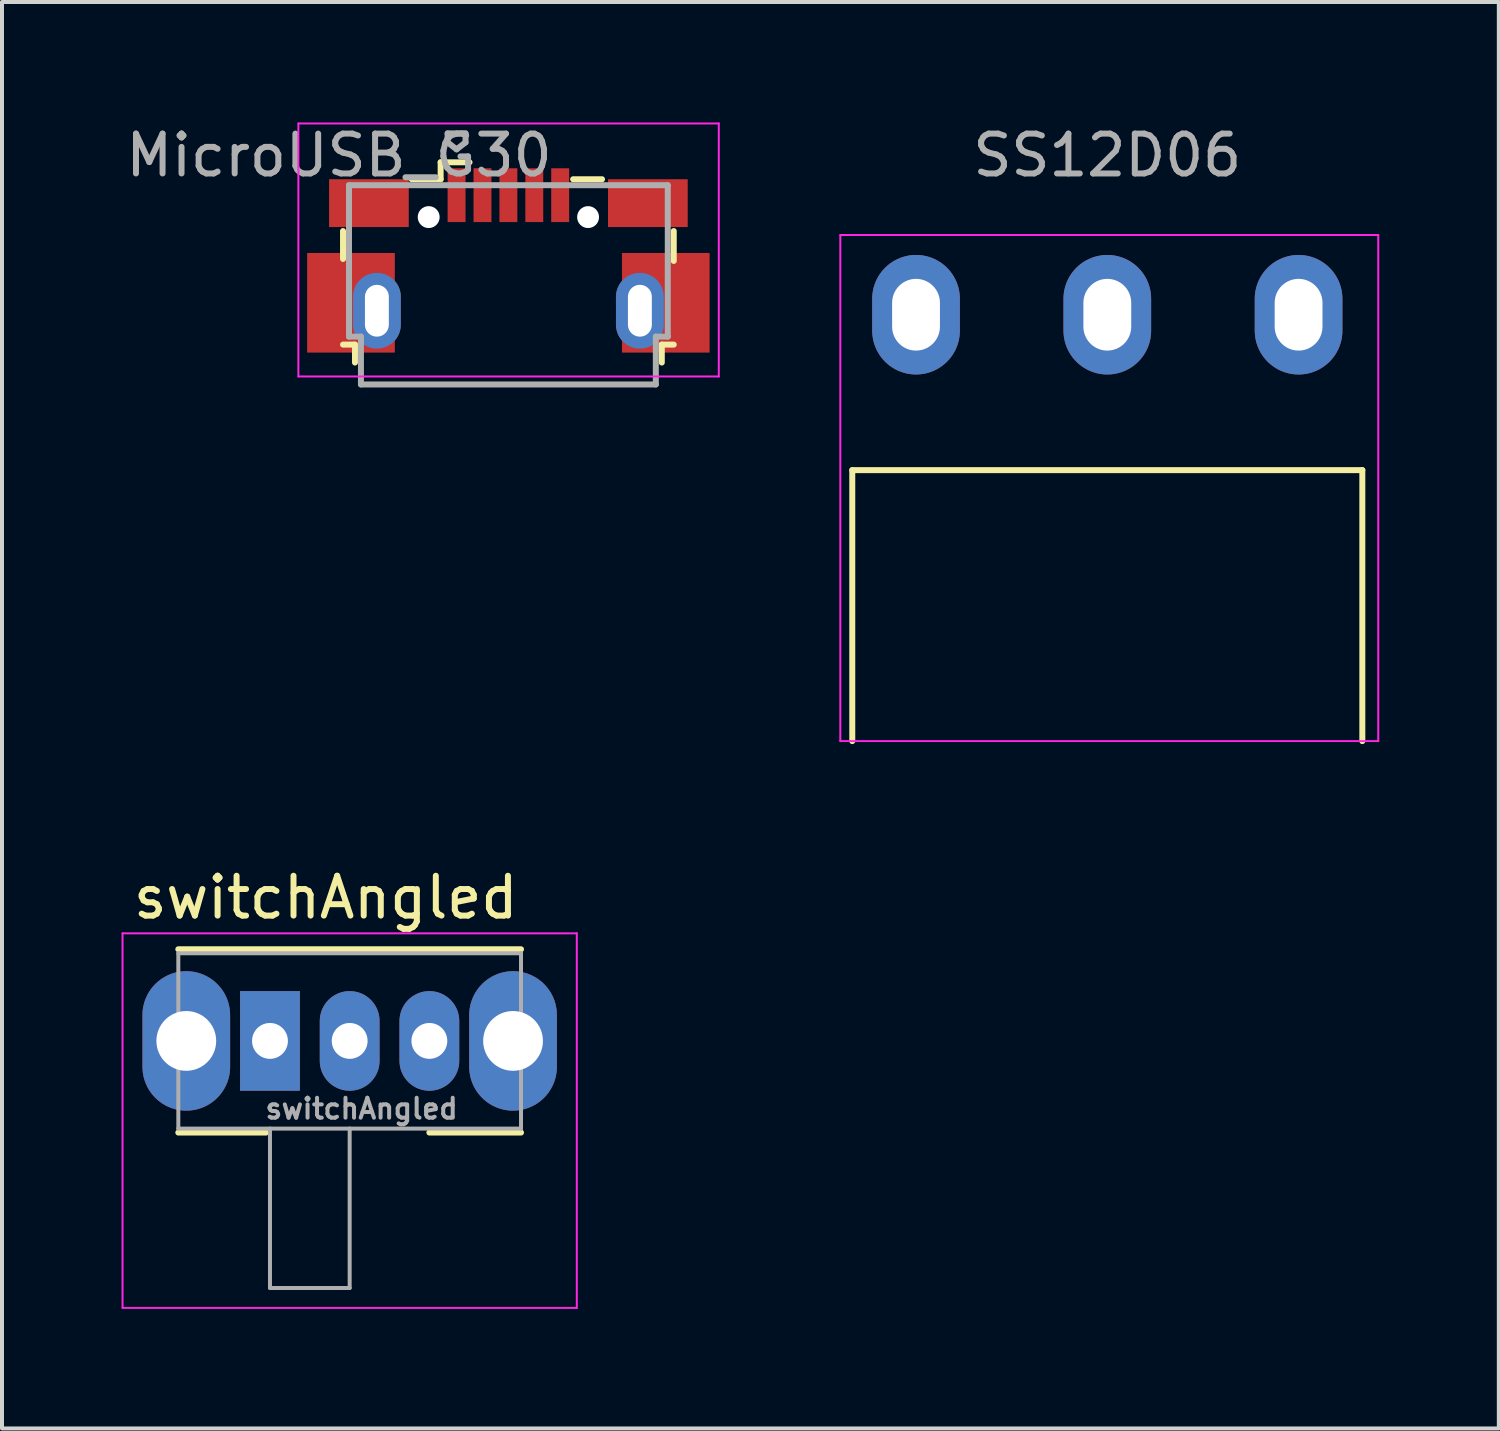
<source format=kicad_pcb>
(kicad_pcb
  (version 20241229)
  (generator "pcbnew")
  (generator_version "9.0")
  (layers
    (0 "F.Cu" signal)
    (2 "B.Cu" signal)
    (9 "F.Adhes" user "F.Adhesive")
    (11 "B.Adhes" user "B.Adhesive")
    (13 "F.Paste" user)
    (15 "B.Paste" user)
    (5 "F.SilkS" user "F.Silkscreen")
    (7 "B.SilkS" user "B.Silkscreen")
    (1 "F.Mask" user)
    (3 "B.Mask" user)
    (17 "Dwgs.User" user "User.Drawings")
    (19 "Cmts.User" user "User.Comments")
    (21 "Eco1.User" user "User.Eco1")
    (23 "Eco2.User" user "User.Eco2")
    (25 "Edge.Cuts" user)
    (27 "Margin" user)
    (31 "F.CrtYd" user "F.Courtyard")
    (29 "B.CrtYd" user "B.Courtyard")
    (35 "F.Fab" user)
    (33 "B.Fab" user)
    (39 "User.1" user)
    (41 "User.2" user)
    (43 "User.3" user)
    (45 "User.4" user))
  (footprint "switchAngled"
    (layer "F.Cu")
    (at 3.725 23.072)
    (property "Reference" "switchAngled" (at 1.4 -3.6 0) (layer "F.SilkS") (effects (font (size 1 1) (thickness 0.15))))
    (attr through_hole)
    (fp_line (start -2.3 -2.3) (end 6.3 -2.3) (stroke (width 0.15) (type solid)) (layer "F.SilkS"))
    (fp_line (start -2.3 2.3) (end -0.1 2.3) (stroke (width 0.15) (type solid)) (layer "F.SilkS"))
    (fp_line (start 4 2.3) (end 6.3 2.3) (stroke (width 0.15) (type solid)) (layer "F.SilkS"))
    (fp_line (start -3.7 -2.7) (end 7.7 -2.7) (stroke (width 0.05) (type solid)) (layer "F.CrtYd"))
    (fp_line (start -3.7 6.7) (end -3.7 -2.7) (stroke (width 0.05) (type solid)) (layer "F.CrtYd"))
    (fp_line (start 7.7 -2.7) (end 7.7 6.7) (stroke (width 0.05) (type solid)) (layer "F.CrtYd"))
    (fp_line (start 7.7 6.7) (end -3.7 6.7) (stroke (width 0.05) (type solid)) (layer "F.CrtYd"))
    (fp_line (start -2.3 -2.2) (end -2.3 2.2) (stroke (width 0.1) (type solid)) (layer "F.Fab"))
    (fp_line (start -2.3 -2.2) (end 6.3 -2.2) (stroke (width 0.1) (type solid)) (layer "F.Fab"))
    (fp_line (start -2.3 2.2) (end 6.3 2.2) (stroke (width 0.1) (type solid)) (layer "F.Fab"))
    (fp_line (start 0 6.2) (end 0 2.2) (stroke (width 0.1) (type solid)) (layer "F.Fab"))
    (fp_line (start 2 2.2) (end 2 6.2) (stroke (width 0.1) (type solid)) (layer "F.Fab"))
    (fp_line (start 2 6.2) (end 0 6.2) (stroke (width 0.1) (type solid)) (layer "F.Fab"))
    (fp_line (start 6.3 2.2) (end 6.3 -2.2) (stroke (width 0.1) (type solid)) (layer "F.Fab"))
    (fp_text user "${REFERENCE}" (at 2.3 1.7 0) (layer "F.Fab") (effects (font (size 0.5 0.5) (thickness 0.1))))
    (pad "" thru_hole oval (at -2.1 0) (size 2.2 3.5) (drill 1.5) (layers "*.Cu" "*.Mask"))
    (pad "" thru_hole oval (at 6.1 0) (size 2.2 3.5) (drill 1.5) (layers "*.Cu" "*.Mask"))
    (pad "1" thru_hole rect (at 0 0) (size 1.5 2.5) (drill 0.9) (layers "*.Cu" "*.Mask"))
    (pad "2" thru_hole oval (at 2 0) (size 1.5 2.5) (drill 0.9) (layers "*.Cu" "*.Mask"))
    (pad "3" thru_hole oval (at 4 0) (size 1.5 2.5) (drill 0.9) (layers "*.Cu" "*.Mask")))
  (footprint "MicroUSB_G30"
    (layer "F.Cu")
    (at 9.708 2.248)
    (property "Reference" "MicroUSB_G30" (at -4.25 -1.4 0) (layer "F.Fab") (effects (font (size 1 1) (thickness 0.15))))
    (attr smd)
    (fp_line (start -4.15 0.5) (end -4.15 1.2) (stroke (width 0.15) (type solid)) (layer "F.SilkS"))
    (fp_line (start -4.15 3.35) (end -3.85 3.35) (stroke (width 0.15) (type solid)) (layer "F.SilkS"))
    (fp_line (start -3.85 3.35) (end -3.85 3.8) (stroke (width 0.15) (type solid)) (layer "F.SilkS"))
    (fp_line (start -1.7 -1.225) (end -1.7 -0.8) (stroke (width 0.15) (type solid)) (layer "F.SilkS"))
    (fp_line (start -1.7 -0.8) (end -2.425 -0.8) (stroke (width 0.15) (type solid)) (layer "F.SilkS"))
    (fp_line (start -0.975 -1.225) (end -1.7 -1.225) (stroke (width 0.15) (type solid)) (layer "F.SilkS"))
    (fp_line (start 1.625 -0.8) (end 2.35 -0.8) (stroke (width 0.15) (type solid)) (layer "F.SilkS"))
    (fp_line (start 3.85 3.35) (end 4.15 3.35) (stroke (width 0.15) (type solid)) (layer "F.SilkS"))
    (fp_line (start 3.85 3.8) (end 3.85 3.35) (stroke (width 0.15) (type solid)) (layer "F.SilkS"))
    (fp_line (start 4.15 1.25) (end 4.15 0.5) (stroke (width 0.15) (type solid)) (layer "F.SilkS"))
    (fp_line (start -5.27 -2.2) (end -5.27 4.15) (stroke (width 0.05) (type solid)) (layer "F.CrtYd"))
    (fp_line (start -5.27 4.15) (end 5.28 4.15) (stroke (width 0.05) (type solid)) (layer "F.CrtYd"))
    (fp_line (start 5.28 -2.2) (end -5.27 -2.2) (stroke (width 0.05) (type solid)) (layer "F.CrtYd"))
    (fp_line (start 5.28 4.15) (end 5.28 -2.2) (stroke (width 0.05) (type solid)) (layer "F.CrtYd"))
    (fp_line (start -4 -0.65) (end -4 3.15) (stroke (width 0.15) (type solid)) (layer "F.Fab"))
    (fp_line (start -4 3.15) (end -3.7 3.15) (stroke (width 0.15) (type solid)) (layer "F.Fab"))
    (fp_line (start -3.7 3.15) (end -3.7 4.35) (stroke (width 0.15) (type solid)) (layer "F.Fab"))
    (fp_line (start -3.7 4.35) (end 3.7 4.35) (stroke (width 0.15) (type solid)) (layer "F.Fab"))
    (fp_line (start -1.525 -1.95) (end -1.075 -1.95) (stroke (width 0.15) (type solid)) (layer "F.Fab"))
    (fp_line (start -1.525 -1.725) (end -1.525 -1.95) (stroke (width 0.15) (type solid)) (layer "F.Fab"))
    (fp_line (start -1.3 -1.55) (end -1.525 -1.725) (stroke (width 0.15) (type solid)) (layer "F.Fab"))
    (fp_line (start -1.075 -1.95) (end -1.075 -1.725) (stroke (width 0.15) (type solid)) (layer "F.Fab"))
    (fp_line (start -1.075 -1.725) (end -1.3 -1.55) (stroke (width 0.15) (type solid)) (layer "F.Fab"))
    (fp_line (start 3.7 3.15) (end 4 3.15) (stroke (width 0.15) (type solid)) (layer "F.Fab"))
    (fp_line (start 3.7 4.35) (end 3.7 3.15) (stroke (width 0.15) (type solid)) (layer "F.Fab"))
    (fp_line (start 4 -0.65) (end -4 -0.65) (stroke (width 0.15) (type solid)) (layer "F.Fab"))
    (fp_line (start 4 3.15) (end 4 -0.65) (stroke (width 0.15) (type solid)) (layer "F.Fab"))
    (pad "" np_thru_hole circle (at -2 0.15) (size 0.55 0.55) (drill 0.55) (layers "*.Cu" "*.Mask"))
    (pad "" np_thru_hole circle (at 2 0.15) (size 0.55 0.55) (drill 0.55) (layers "*.Cu" "*.Mask"))
    (pad "1" smd rect (at -1.3 -0.4) (size 0.45 1.35) (layers "F.Cu" "F.Mask" "F.Paste"))
    (pad "2" smd rect (at -0.65 -0.4) (size 0.45 1.35) (layers "F.Cu" "F.Mask" "F.Paste"))
    (pad "3" smd rect (at 0 -0.4) (size 0.45 1.35) (layers "F.Cu" "F.Mask" "F.Paste"))
    (pad "4" smd rect (at 0.65 -0.4) (size 0.45 1.35) (layers "F.Cu" "F.Mask" "F.Paste"))
    (pad "5" smd rect (at 1.3 -0.4) (size 0.45 1.35) (layers "F.Cu" "F.Mask" "F.Paste"))
    (pad "6" smd rect (at -3.95 2.3) (size 2.2 2.5) (layers "F.Cu" "F.Mask" "F.Paste"))
    (pad "6" smd rect (at -3.5 -0.2) (size 2 1.2) (layers "F.Cu" "F.Mask" "F.Paste"))
    (pad "6" thru_hole oval (at -3.3 2.5 180) (size 1.2 1.9) (drill oval 0.6 1.3) (layers "*.Cu" "*.Mask"))
    (pad "6" thru_hole oval (at 3.3 2.5 180) (size 1.2 1.9) (drill oval 0.6 1.3) (layers "*.Cu" "*.Mask"))
    (pad "6" smd rect (at 3.5 -0.2) (size 2 1.2) (layers "F.Cu" "F.Mask" "F.Paste"))
    (pad "6" smd rect (at 3.95 2.3) (size 2.2 2.5) (layers "F.Cu" "F.Mask" "F.Paste")))
  (footprint "SS12D06"
    (layer "F.Cu")
    (at 24.738 4.848)
    (property "Reference" "SS12D06" (at 0 -4 0) (layer "F.Fab") (effects (font (size 1 1) (thickness 0.15))))
    (attr through_hole)
    (fp_line (start -6.4 3.9) (end 6.4 3.9) (stroke (width 0.15) (type solid)) (layer "F.SilkS"))
    (fp_line (start -6.4 10.7) (end -6.4 3.9) (stroke (width 0.15) (type solid)) (layer "F.SilkS"))
    (fp_line (start 6.4 10.7) (end 6.4 3.9) (stroke (width 0.15) (type solid)) (layer "F.SilkS"))
    (fp_line (start -6.7 -2) (end 6.8 -2) (stroke (width 0.05) (type solid)) (layer "F.CrtYd"))
    (fp_line (start -6.7 10.7) (end -6.7 -2) (stroke (width 0.05) (type solid)) (layer "F.CrtYd"))
    (fp_line (start 6.8 -2) (end 6.8 10.7) (stroke (width 0.05) (type solid)) (layer "F.CrtYd"))
    (fp_line (start 6.8 10.7) (end -6.7 10.7) (stroke (width 0.05) (type solid)) (layer "F.CrtYd"))
    (pad "1" thru_hole oval (at -4.8 0) (size 2.2 3) (drill oval 1.2 1.8) (layers "*.Cu" "*.Mask"))
    (pad "2" thru_hole oval (at 0 0) (size 2.2 3) (drill oval 1.2 1.8) (layers "*.Cu" "*.Mask"))
    (pad "3" thru_hole oval (at 4.8 0) (size 2.2 3) (drill oval 1.2 1.8) (layers "*.Cu" "*.Mask")))
  (gr_rect
    (start -3 -3)
    (end 34.563 32.797)
    (stroke (width 0.1) (type default))
    (fill no)
    (layer "Edge.Cuts")))
</source>
